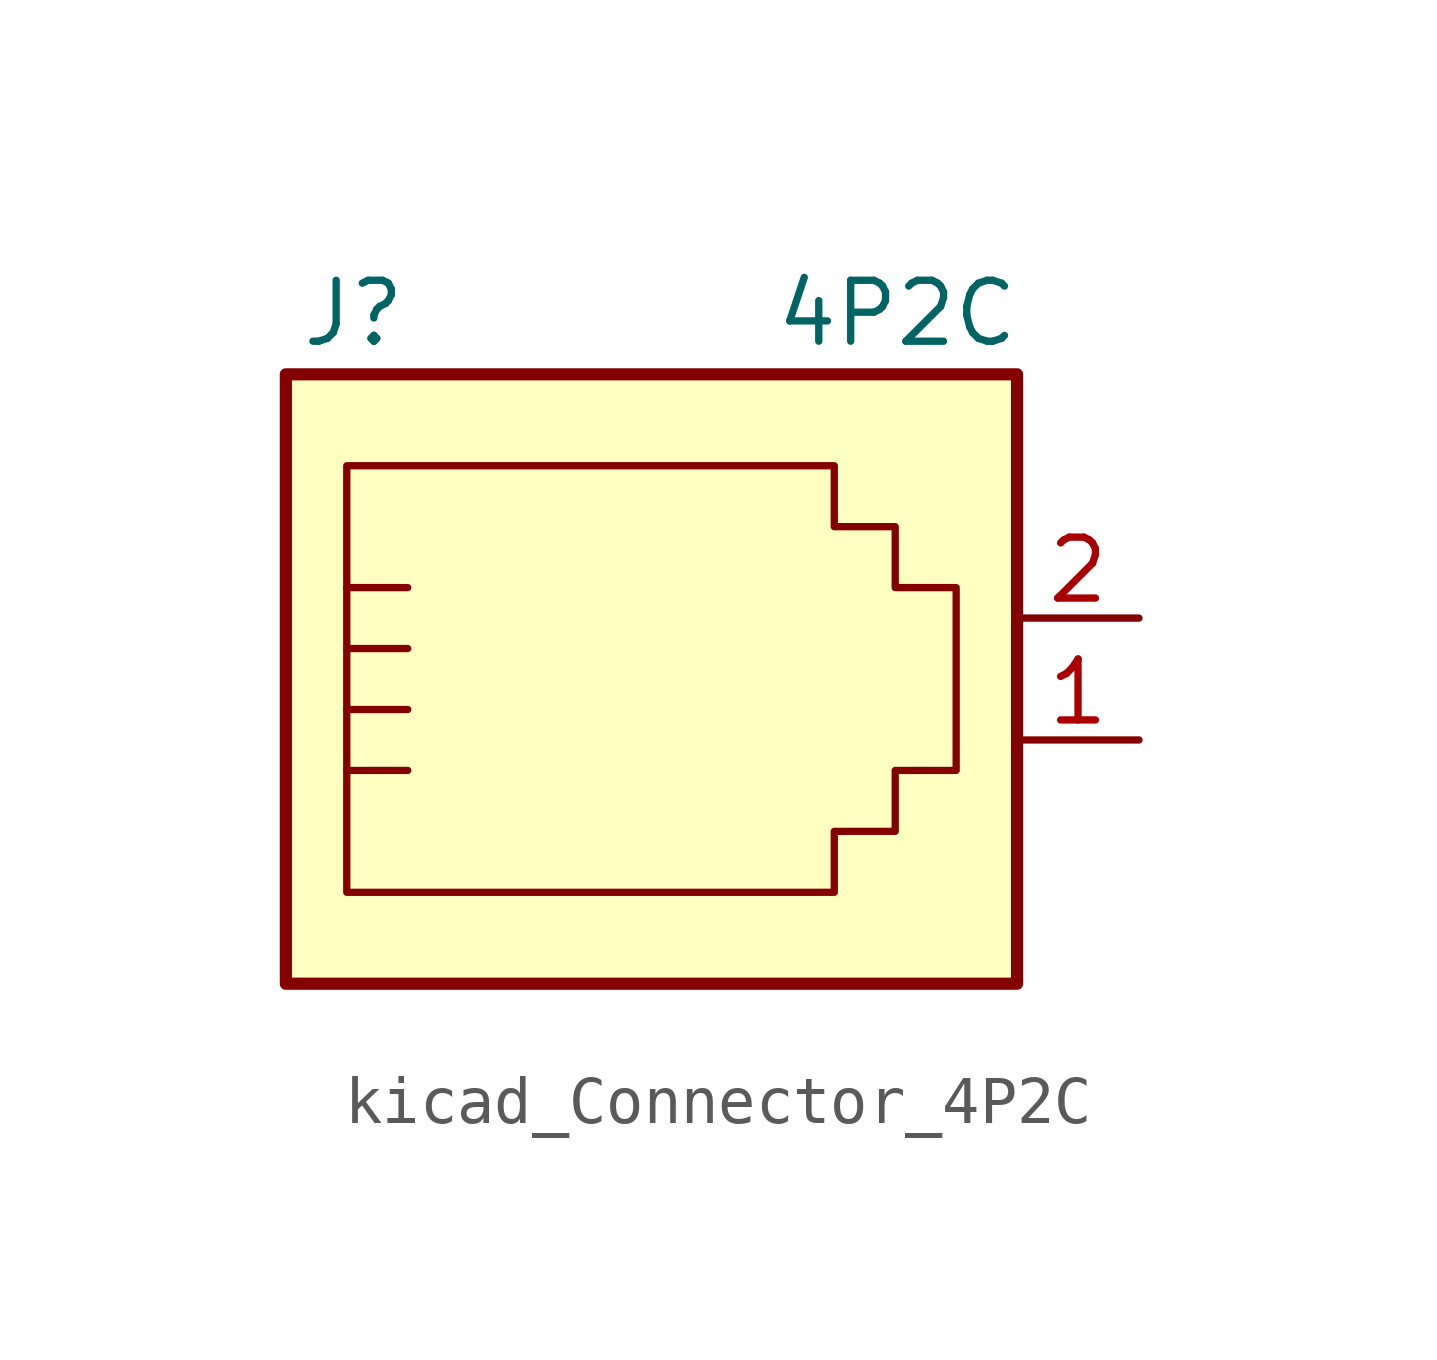
<source format=kicad_sym>
(kicad_symbol_lib
  (version 20220914)
  (generator kicad_symbol_editor)
  (symbol "kicad_Connector_4P2C"
    (pin_names
      (offset 1.016))
    (property "Reference" "J"
      (at -5.08 8.89 0)
      (effects (font (size 1.27 1.27)) (justify right)))
    (property "Value" "4P2C"
      (at 2.54 8.89 0)
      (effects (font (size 1.27 1.27)) (justify left)))
    (symbol "kicad_Connector_4P2C_0_1"
      (polyline (pts (xy -6.35 -0.635) (xy -5.08 -0.635) (xy -5.08 -0.635)) (stroke (width 0) (type default)) (fill (type none)))
      (polyline (pts (xy -6.35 0.635) (xy -5.08 0.635) (xy -5.08 0.635)) (stroke (width 0) (type default)) (fill (type none)))
      (polyline (pts (xy -6.35 1.905) (xy -5.08 1.905) (xy -5.08 1.905)) (stroke (width 0) (type default)) (fill (type none)))
      (polyline (pts (xy -6.35 3.175) (xy -5.08 3.175) (xy -5.08 3.175)) (stroke (width 0) (type default)) (fill (type none)))
      (polyline (pts (xy -6.35 -3.175) (xy -6.35 5.715) (xy -1.27 5.715) (xy 3.81 5.715) (xy 3.81 4.445) (xy 5.08 4.445) (xy 5.08 3.175) (xy 6.35 3.175) (xy 6.35 -0.635) (xy 5.08 -0.635) (xy 5.08 -1.905) (xy 3.81 -1.905) (xy 3.81 -3.175) (xy -6.35 -3.175) (xy -6.35 -3.175)) (stroke (width 0) (type default)) (fill (type none)))
      (rectangle (start 7.62 7.62) (end -7.62 -5.08) (stroke (width 0.254) (type default)) (fill (type background))))
    (symbol "kicad_Connector_4P2C_1_1"
      (pin passive line (at 10.16 0 180) (length 2.54) (name "~" (effects (font (size 1.27 1.27)))) (number "1" (effects (font (size 1.27 1.27)))))
      (pin passive line (at 10.16 2.54 180) (length 2.54) (name "~" (effects (font (size 1.27 1.27)))) (number "2" (effects (font (size 1.27 1.27))))))))
</source>
